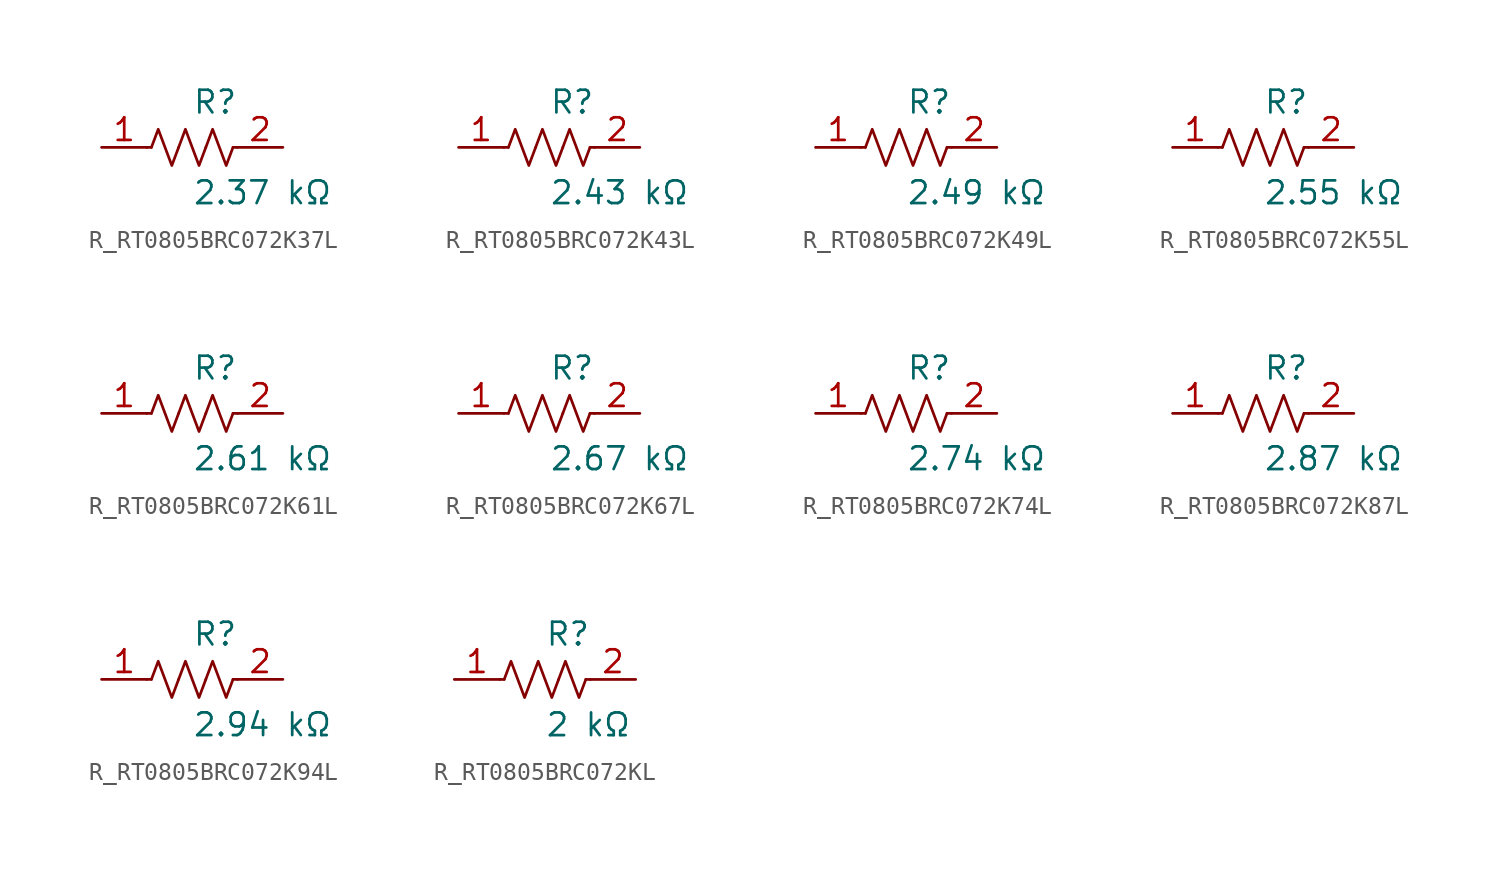
<source format=kicad_sym>
(kicad_symbol_lib
  (version 20231120)
  (generator kicad_symbol_editor)
  (generator_version 8.0)
  (symbol "R_RT0805BRC072K37L"
    (pin_names
      (offset 0.254))
    (property "Reference" "R"
      (at 0.0 2.54 0)
      (effects (font (size 1.27 1.27)) (justify left)))
    (property "Value" "2.37 kΩ"
      (at 0.0 -2.54 0)
      (effects (font (size 1.27 1.27)) (justify left)))
    (symbol "R_RT0805BRC072K37L_0_1"
      (polyline (pts (xy 2.286 0) (xy 2.54 0)) (stroke (width 0) (type default)) (fill (type none)))
      (polyline (pts (xy -2.286 0) (xy -2.54 0)) (stroke (width 0) (type default)) (fill (type none)))
      (polyline (pts (xy 0.762 0) (xy 1.143 1.016) (xy 1.524 0) (xy 1.905 -1.016) (xy 2.286 0)) (stroke (width 0) (type default)) (fill (type none)))
      (polyline (pts (xy -0.762 0) (xy -0.381 1.016) (xy 0 0) (xy 0.381 -1.016) (xy 0.762 0)) (stroke (width 0) (type default)) (fill (type none)))
      (polyline (pts (xy -2.286 0) (xy -1.905 1.016) (xy -1.524 0) (xy -1.143 -1.016) (xy -0.762 0)) (stroke (width 0) (type default)) (fill (type none))))
    (pin unspecified line
      (at -5.08 0 0)
      (length 2.54)
      (name "" (effects (font (size 1.27 1.27))))
      (number "1" (effects (font (size 1.27 1.27)))))
    (pin unspecified line
      (at 5.08 0 180)
      (length 2.54)
      (name "" (effects (font (size 1.27 1.27))))
      (number "2" (effects (font (size 1.27 1.27))))))
  (symbol "R_RT0805BRC072K43L"
    (pin_names
      (offset 0.254))
    (property "Reference" "R"
      (at 0.0 2.54 0)
      (effects (font (size 1.27 1.27)) (justify left)))
    (property "Value" "2.43 kΩ"
      (at 0.0 -2.54 0)
      (effects (font (size 1.27 1.27)) (justify left)))
    (symbol "R_RT0805BRC072K43L_0_1"
      (polyline (pts (xy 2.286 0) (xy 2.54 0)) (stroke (width 0) (type default)) (fill (type none)))
      (polyline (pts (xy -2.286 0) (xy -2.54 0)) (stroke (width 0) (type default)) (fill (type none)))
      (polyline (pts (xy 0.762 0) (xy 1.143 1.016) (xy 1.524 0) (xy 1.905 -1.016) (xy 2.286 0)) (stroke (width 0) (type default)) (fill (type none)))
      (polyline (pts (xy -0.762 0) (xy -0.381 1.016) (xy 0 0) (xy 0.381 -1.016) (xy 0.762 0)) (stroke (width 0) (type default)) (fill (type none)))
      (polyline (pts (xy -2.286 0) (xy -1.905 1.016) (xy -1.524 0) (xy -1.143 -1.016) (xy -0.762 0)) (stroke (width 0) (type default)) (fill (type none))))
    (pin unspecified line
      (at -5.08 0 0)
      (length 2.54)
      (name "" (effects (font (size 1.27 1.27))))
      (number "1" (effects (font (size 1.27 1.27)))))
    (pin unspecified line
      (at 5.08 0 180)
      (length 2.54)
      (name "" (effects (font (size 1.27 1.27))))
      (number "2" (effects (font (size 1.27 1.27))))))
  (symbol "R_RT0805BRC072K49L"
    (pin_names
      (offset 0.254))
    (property "Reference" "R"
      (at 0.0 2.54 0)
      (effects (font (size 1.27 1.27)) (justify left)))
    (property "Value" "2.49 kΩ"
      (at 0.0 -2.54 0)
      (effects (font (size 1.27 1.27)) (justify left)))
    (symbol "R_RT0805BRC072K49L_0_1"
      (polyline (pts (xy 2.286 0) (xy 2.54 0)) (stroke (width 0) (type default)) (fill (type none)))
      (polyline (pts (xy -2.286 0) (xy -2.54 0)) (stroke (width 0) (type default)) (fill (type none)))
      (polyline (pts (xy 0.762 0) (xy 1.143 1.016) (xy 1.524 0) (xy 1.905 -1.016) (xy 2.286 0)) (stroke (width 0) (type default)) (fill (type none)))
      (polyline (pts (xy -0.762 0) (xy -0.381 1.016) (xy 0 0) (xy 0.381 -1.016) (xy 0.762 0)) (stroke (width 0) (type default)) (fill (type none)))
      (polyline (pts (xy -2.286 0) (xy -1.905 1.016) (xy -1.524 0) (xy -1.143 -1.016) (xy -0.762 0)) (stroke (width 0) (type default)) (fill (type none))))
    (pin unspecified line
      (at -5.08 0 0)
      (length 2.54)
      (name "" (effects (font (size 1.27 1.27))))
      (number "1" (effects (font (size 1.27 1.27)))))
    (pin unspecified line
      (at 5.08 0 180)
      (length 2.54)
      (name "" (effects (font (size 1.27 1.27))))
      (number "2" (effects (font (size 1.27 1.27))))))
  (symbol "R_RT0805BRC072K55L"
    (pin_names
      (offset 0.254))
    (property "Reference" "R"
      (at 0.0 2.54 0)
      (effects (font (size 1.27 1.27)) (justify left)))
    (property "Value" "2.55 kΩ"
      (at 0.0 -2.54 0)
      (effects (font (size 1.27 1.27)) (justify left)))
    (symbol "R_RT0805BRC072K55L_0_1"
      (polyline (pts (xy 2.286 0) (xy 2.54 0)) (stroke (width 0) (type default)) (fill (type none)))
      (polyline (pts (xy -2.286 0) (xy -2.54 0)) (stroke (width 0) (type default)) (fill (type none)))
      (polyline (pts (xy 0.762 0) (xy 1.143 1.016) (xy 1.524 0) (xy 1.905 -1.016) (xy 2.286 0)) (stroke (width 0) (type default)) (fill (type none)))
      (polyline (pts (xy -0.762 0) (xy -0.381 1.016) (xy 0 0) (xy 0.381 -1.016) (xy 0.762 0)) (stroke (width 0) (type default)) (fill (type none)))
      (polyline (pts (xy -2.286 0) (xy -1.905 1.016) (xy -1.524 0) (xy -1.143 -1.016) (xy -0.762 0)) (stroke (width 0) (type default)) (fill (type none))))
    (pin unspecified line
      (at -5.08 0 0)
      (length 2.54)
      (name "" (effects (font (size 1.27 1.27))))
      (number "1" (effects (font (size 1.27 1.27)))))
    (pin unspecified line
      (at 5.08 0 180)
      (length 2.54)
      (name "" (effects (font (size 1.27 1.27))))
      (number "2" (effects (font (size 1.27 1.27))))))
  (symbol "R_RT0805BRC072K61L"
    (pin_names
      (offset 0.254))
    (property "Reference" "R"
      (at 0.0 2.54 0)
      (effects (font (size 1.27 1.27)) (justify left)))
    (property "Value" "2.61 kΩ"
      (at 0.0 -2.54 0)
      (effects (font (size 1.27 1.27)) (justify left)))
    (symbol "R_RT0805BRC072K61L_0_1"
      (polyline (pts (xy 2.286 0) (xy 2.54 0)) (stroke (width 0) (type default)) (fill (type none)))
      (polyline (pts (xy -2.286 0) (xy -2.54 0)) (stroke (width 0) (type default)) (fill (type none)))
      (polyline (pts (xy 0.762 0) (xy 1.143 1.016) (xy 1.524 0) (xy 1.905 -1.016) (xy 2.286 0)) (stroke (width 0) (type default)) (fill (type none)))
      (polyline (pts (xy -0.762 0) (xy -0.381 1.016) (xy 0 0) (xy 0.381 -1.016) (xy 0.762 0)) (stroke (width 0) (type default)) (fill (type none)))
      (polyline (pts (xy -2.286 0) (xy -1.905 1.016) (xy -1.524 0) (xy -1.143 -1.016) (xy -0.762 0)) (stroke (width 0) (type default)) (fill (type none))))
    (pin unspecified line
      (at -5.08 0 0)
      (length 2.54)
      (name "" (effects (font (size 1.27 1.27))))
      (number "1" (effects (font (size 1.27 1.27)))))
    (pin unspecified line
      (at 5.08 0 180)
      (length 2.54)
      (name "" (effects (font (size 1.27 1.27))))
      (number "2" (effects (font (size 1.27 1.27))))))
  (symbol "R_RT0805BRC072K67L"
    (pin_names
      (offset 0.254))
    (property "Reference" "R"
      (at 0.0 2.54 0)
      (effects (font (size 1.27 1.27)) (justify left)))
    (property "Value" "2.67 kΩ"
      (at 0.0 -2.54 0)
      (effects (font (size 1.27 1.27)) (justify left)))
    (symbol "R_RT0805BRC072K67L_0_1"
      (polyline (pts (xy 2.286 0) (xy 2.54 0)) (stroke (width 0) (type default)) (fill (type none)))
      (polyline (pts (xy -2.286 0) (xy -2.54 0)) (stroke (width 0) (type default)) (fill (type none)))
      (polyline (pts (xy 0.762 0) (xy 1.143 1.016) (xy 1.524 0) (xy 1.905 -1.016) (xy 2.286 0)) (stroke (width 0) (type default)) (fill (type none)))
      (polyline (pts (xy -0.762 0) (xy -0.381 1.016) (xy 0 0) (xy 0.381 -1.016) (xy 0.762 0)) (stroke (width 0) (type default)) (fill (type none)))
      (polyline (pts (xy -2.286 0) (xy -1.905 1.016) (xy -1.524 0) (xy -1.143 -1.016) (xy -0.762 0)) (stroke (width 0) (type default)) (fill (type none))))
    (pin unspecified line
      (at -5.08 0 0)
      (length 2.54)
      (name "" (effects (font (size 1.27 1.27))))
      (number "1" (effects (font (size 1.27 1.27)))))
    (pin unspecified line
      (at 5.08 0 180)
      (length 2.54)
      (name "" (effects (font (size 1.27 1.27))))
      (number "2" (effects (font (size 1.27 1.27))))))
  (symbol "R_RT0805BRC072K74L"
    (pin_names
      (offset 0.254))
    (property "Reference" "R"
      (at 0.0 2.54 0)
      (effects (font (size 1.27 1.27)) (justify left)))
    (property "Value" "2.74 kΩ"
      (at 0.0 -2.54 0)
      (effects (font (size 1.27 1.27)) (justify left)))
    (symbol "R_RT0805BRC072K74L_0_1"
      (polyline (pts (xy 2.286 0) (xy 2.54 0)) (stroke (width 0) (type default)) (fill (type none)))
      (polyline (pts (xy -2.286 0) (xy -2.54 0)) (stroke (width 0) (type default)) (fill (type none)))
      (polyline (pts (xy 0.762 0) (xy 1.143 1.016) (xy 1.524 0) (xy 1.905 -1.016) (xy 2.286 0)) (stroke (width 0) (type default)) (fill (type none)))
      (polyline (pts (xy -0.762 0) (xy -0.381 1.016) (xy 0 0) (xy 0.381 -1.016) (xy 0.762 0)) (stroke (width 0) (type default)) (fill (type none)))
      (polyline (pts (xy -2.286 0) (xy -1.905 1.016) (xy -1.524 0) (xy -1.143 -1.016) (xy -0.762 0)) (stroke (width 0) (type default)) (fill (type none))))
    (pin unspecified line
      (at -5.08 0 0)
      (length 2.54)
      (name "" (effects (font (size 1.27 1.27))))
      (number "1" (effects (font (size 1.27 1.27)))))
    (pin unspecified line
      (at 5.08 0 180)
      (length 2.54)
      (name "" (effects (font (size 1.27 1.27))))
      (number "2" (effects (font (size 1.27 1.27))))))
  (symbol "R_RT0805BRC072K87L"
    (pin_names
      (offset 0.254))
    (property "Reference" "R"
      (at 0.0 2.54 0)
      (effects (font (size 1.27 1.27)) (justify left)))
    (property "Value" "2.87 kΩ"
      (at 0.0 -2.54 0)
      (effects (font (size 1.27 1.27)) (justify left)))
    (symbol "R_RT0805BRC072K87L_0_1"
      (polyline (pts (xy 2.286 0) (xy 2.54 0)) (stroke (width 0) (type default)) (fill (type none)))
      (polyline (pts (xy -2.286 0) (xy -2.54 0)) (stroke (width 0) (type default)) (fill (type none)))
      (polyline (pts (xy 0.762 0) (xy 1.143 1.016) (xy 1.524 0) (xy 1.905 -1.016) (xy 2.286 0)) (stroke (width 0) (type default)) (fill (type none)))
      (polyline (pts (xy -0.762 0) (xy -0.381 1.016) (xy 0 0) (xy 0.381 -1.016) (xy 0.762 0)) (stroke (width 0) (type default)) (fill (type none)))
      (polyline (pts (xy -2.286 0) (xy -1.905 1.016) (xy -1.524 0) (xy -1.143 -1.016) (xy -0.762 0)) (stroke (width 0) (type default)) (fill (type none))))
    (pin unspecified line
      (at -5.08 0 0)
      (length 2.54)
      (name "" (effects (font (size 1.27 1.27))))
      (number "1" (effects (font (size 1.27 1.27)))))
    (pin unspecified line
      (at 5.08 0 180)
      (length 2.54)
      (name "" (effects (font (size 1.27 1.27))))
      (number "2" (effects (font (size 1.27 1.27))))))
  (symbol "R_RT0805BRC072K94L"
    (pin_names
      (offset 0.254))
    (property "Reference" "R"
      (at 0.0 2.54 0)
      (effects (font (size 1.27 1.27)) (justify left)))
    (property "Value" "2.94 kΩ"
      (at 0.0 -2.54 0)
      (effects (font (size 1.27 1.27)) (justify left)))
    (symbol "R_RT0805BRC072K94L_0_1"
      (polyline (pts (xy 2.286 0) (xy 2.54 0)) (stroke (width 0) (type default)) (fill (type none)))
      (polyline (pts (xy -2.286 0) (xy -2.54 0)) (stroke (width 0) (type default)) (fill (type none)))
      (polyline (pts (xy 0.762 0) (xy 1.143 1.016) (xy 1.524 0) (xy 1.905 -1.016) (xy 2.286 0)) (stroke (width 0) (type default)) (fill (type none)))
      (polyline (pts (xy -0.762 0) (xy -0.381 1.016) (xy 0 0) (xy 0.381 -1.016) (xy 0.762 0)) (stroke (width 0) (type default)) (fill (type none)))
      (polyline (pts (xy -2.286 0) (xy -1.905 1.016) (xy -1.524 0) (xy -1.143 -1.016) (xy -0.762 0)) (stroke (width 0) (type default)) (fill (type none))))
    (pin unspecified line
      (at -5.08 0 0)
      (length 2.54)
      (name "" (effects (font (size 1.27 1.27))))
      (number "1" (effects (font (size 1.27 1.27)))))
    (pin unspecified line
      (at 5.08 0 180)
      (length 2.54)
      (name "" (effects (font (size 1.27 1.27))))
      (number "2" (effects (font (size 1.27 1.27))))))
  (symbol "R_RT0805BRC072KL"
    (pin_names
      (offset 0.254))
    (property "Reference" "R"
      (at 0.0 2.54 0)
      (effects (font (size 1.27 1.27)) (justify left)))
    (property "Value" "2 kΩ"
      (at 0.0 -2.54 0)
      (effects (font (size 1.27 1.27)) (justify left)))
    (symbol "R_RT0805BRC072KL_0_1"
      (polyline (pts (xy 2.286 0) (xy 2.54 0)) (stroke (width 0) (type default)) (fill (type none)))
      (polyline (pts (xy -2.286 0) (xy -2.54 0)) (stroke (width 0) (type default)) (fill (type none)))
      (polyline (pts (xy 0.762 0) (xy 1.143 1.016) (xy 1.524 0) (xy 1.905 -1.016) (xy 2.286 0)) (stroke (width 0) (type default)) (fill (type none)))
      (polyline (pts (xy -0.762 0) (xy -0.381 1.016) (xy 0 0) (xy 0.381 -1.016) (xy 0.762 0)) (stroke (width 0) (type default)) (fill (type none)))
      (polyline (pts (xy -2.286 0) (xy -1.905 1.016) (xy -1.524 0) (xy -1.143 -1.016) (xy -0.762 0)) (stroke (width 0) (type default)) (fill (type none))))
    (pin unspecified line
      (at -5.08 0 0)
      (length 2.54)
      (name "" (effects (font (size 1.27 1.27))))
      (number "1" (effects (font (size 1.27 1.27)))))
    (pin unspecified line
      (at 5.08 0 180)
      (length 2.54)
      (name "" (effects (font (size 1.27 1.27))))
      (number "2" (effects (font (size 1.27 1.27)))))))
</source>
